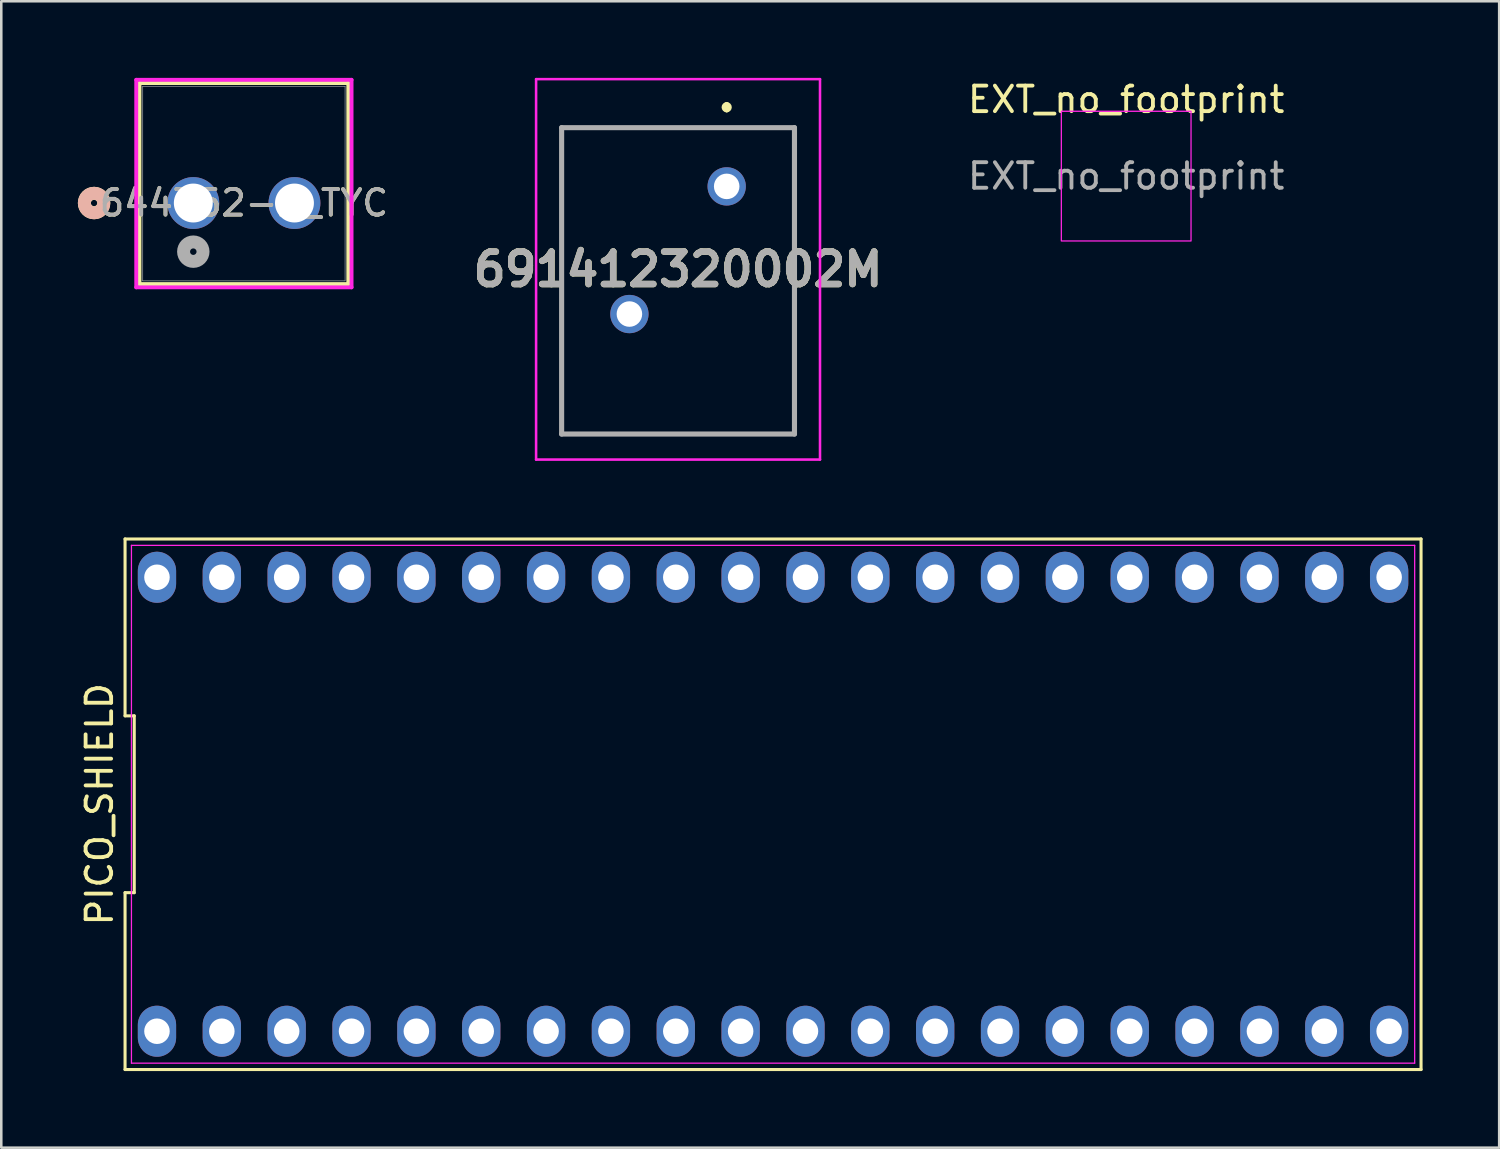
<source format=kicad_pcb>
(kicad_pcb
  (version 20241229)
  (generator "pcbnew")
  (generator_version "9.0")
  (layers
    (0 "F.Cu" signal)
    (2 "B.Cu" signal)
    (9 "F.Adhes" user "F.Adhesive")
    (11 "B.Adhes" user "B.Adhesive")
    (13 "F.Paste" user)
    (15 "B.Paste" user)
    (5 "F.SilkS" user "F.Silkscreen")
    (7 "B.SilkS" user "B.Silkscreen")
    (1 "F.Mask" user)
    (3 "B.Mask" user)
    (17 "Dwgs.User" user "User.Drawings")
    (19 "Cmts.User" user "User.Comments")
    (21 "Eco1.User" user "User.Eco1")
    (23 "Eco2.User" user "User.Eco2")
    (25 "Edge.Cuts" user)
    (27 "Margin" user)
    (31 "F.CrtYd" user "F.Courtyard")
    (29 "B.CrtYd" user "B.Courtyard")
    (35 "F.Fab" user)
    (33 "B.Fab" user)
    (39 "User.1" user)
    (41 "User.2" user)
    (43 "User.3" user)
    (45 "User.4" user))
  (footprint "691412320002M"
    (layer "F.Cu")
    (at 25.412 4.25)
    (property "Reference" "691412320002M" (at -1.905 3.25 0) (layer "F.SilkS") (effects (font (size 1.27 1.27) (thickness 0.254))))
    (attr through_hole)
    (fp_line (start -6.465 -2.3) (end 2.655 -2.3) (stroke (width 0.1) (type solid)) (layer "F.SilkS"))
    (fp_line (start -6.465 9.7) (end -6.465 -2.3) (stroke (width 0.1) (type solid)) (layer "F.SilkS"))
    (fp_line (start 0 -3.2) (end 0 -3.2) (stroke (width 0.2) (type solid)) (layer "F.SilkS"))
    (fp_line (start 0 -3) (end 0 -3) (stroke (width 0.2) (type solid)) (layer "F.SilkS"))
    (fp_line (start 2.655 -2.3) (end 2.655 9.7) (stroke (width 0.1) (type solid)) (layer "F.SilkS"))
    (fp_line (start 2.655 9.7) (end -6.465 9.7) (stroke (width 0.1) (type solid)) (layer "F.SilkS"))
    (fp_arc (start 0 -3.2) (mid 0.1 -3.1) (end 0 -3) (stroke (width 0.2) (type solid)) (layer "F.SilkS"))
    (fp_arc (start 0 -3) (mid -0.1 -3.1) (end 0 -3.2) (stroke (width 0.2) (type solid)) (layer "F.SilkS"))
    (fp_line (start -7.465 -4.2) (end 3.655 -4.2) (stroke (width 0.1) (type solid)) (layer "F.CrtYd"))
    (fp_line (start -7.465 10.7) (end -7.465 -4.2) (stroke (width 0.1) (type solid)) (layer "F.CrtYd"))
    (fp_line (start 3.655 -4.2) (end 3.655 10.7) (stroke (width 0.1) (type solid)) (layer "F.CrtYd"))
    (fp_line (start 3.655 10.7) (end -7.465 10.7) (stroke (width 0.1) (type solid)) (layer "F.CrtYd"))
    (fp_line (start -6.465 -2.3) (end 2.655 -2.3) (stroke (width 0.2) (type solid)) (layer "F.Fab"))
    (fp_line (start -6.465 9.7) (end -6.465 -2.3) (stroke (width 0.2) (type solid)) (layer "F.Fab"))
    (fp_line (start 2.655 -2.3) (end 2.655 9.7) (stroke (width 0.2) (type solid)) (layer "F.Fab"))
    (fp_line (start 2.655 9.7) (end -6.465 9.7) (stroke (width 0.2) (type solid)) (layer "F.Fab"))
    (fp_text user "${REFERENCE}" (at -1.905 3.25 0) (layer "F.Fab") (effects (font (size 1.27 1.27) (thickness 0.254))))
    (pad "1" thru_hole circle (at 0 0) (size 1.5 1.5) (drill 1) (layers "*.Cu" "*.Mask"))
    (pad "2" thru_hole circle (at -3.81 5) (size 1.5 1.5) (drill 1) (layers "*.Cu" "*.Mask")))
  (footprint "644752-2_TYC"
    (layer "F.Cu")
    (at 4.521 4.902)
    (property "Reference" "644752-2_TYC" (at 1.981 0 0) (unlocked yes) (layer "F.SilkS") (effects (font (size 1 1) (thickness 0.15))))
    (attr through_hole)
    (fp_line (start -2.108 -4.699) (end -2.108 3.175) (stroke (width 0.152) (type solid)) (layer "F.SilkS"))
    (fp_line (start -2.108 3.175) (end 6.071 3.175) (stroke (width 0.152) (type solid)) (layer "F.SilkS"))
    (fp_line (start 6.071 -4.699) (end -2.108 -4.699) (stroke (width 0.152) (type solid)) (layer "F.SilkS"))
    (fp_line (start 6.071 3.175) (end 6.071 -4.699) (stroke (width 0.152) (type solid)) (layer "F.SilkS"))
    (fp_circle (center -3.886 0) (end -3.505 0) (stroke (width 0.508) (type solid)) (fill no) (layer "F.SilkS"))
    (fp_circle (center -3.886 0) (end -3.505 0) (stroke (width 0.508) (type solid)) (fill no) (layer "B.SilkS"))
    (fp_line (start -2.235 -4.826) (end -2.235 3.302) (stroke (width 0.152) (type solid)) (layer "F.CrtYd"))
    (fp_line (start -2.235 3.302) (end 6.198 3.302) (stroke (width 0.152) (type solid)) (layer "F.CrtYd"))
    (fp_line (start 6.198 -4.826) (end -2.235 -4.826) (stroke (width 0.152) (type solid)) (layer "F.CrtYd"))
    (fp_line (start 6.198 3.302) (end 6.198 -4.826) (stroke (width 0.152) (type solid)) (layer "F.CrtYd"))
    (fp_line (start -1.981 -4.572) (end -1.981 3.048) (stroke (width 0.025) (type solid)) (layer "F.Fab"))
    (fp_line (start -1.981 3.048) (end 5.944 3.048) (stroke (width 0.025) (type solid)) (layer "F.Fab"))
    (fp_line (start 5.944 -4.572) (end -1.981 -4.572) (stroke (width 0.025) (type solid)) (layer "F.Fab"))
    (fp_line (start 5.944 3.048) (end 5.944 -4.572) (stroke (width 0.025) (type solid)) (layer "F.Fab"))
    (fp_circle (center 0 1.905) (end 0.381 1.905) (stroke (width 0.508) (type solid)) (fill no) (layer "F.Fab"))
    (fp_text user "${REFERENCE}" (at 1.981 0 0) (unlocked yes) (layer "F.Fab") (effects (font (size 1 1) (thickness 0.15))))
    (pad "1" thru_hole circle (at 0 0) (size 2.032 2.032) (drill 1.524) (layers "*.Cu" "*.Mask"))
    (pad "2" thru_hole circle (at 3.962 0) (size 2.032 2.032) (drill 1.524) (layers "*.Cu" "*.Mask")))
  (footprint "PICO_SHIELD"
    (layer "F.Cu")
    (at 27.228 28.45)
    (property "Reference" "PICO_SHIELD" (at -26.38 0 90) (layer "F.SilkS") (effects (font (size 1 1) (thickness 0.15))))
    (fp_line (start -25.38 -10.39) (end -25.38 -3.463) (stroke (width 0.12) (type solid)) (layer "F.SilkS"))
    (fp_line (start -25.38 -3.463) (end -25.02 -3.463) (stroke (width 0.12) (type solid)) (layer "F.SilkS"))
    (fp_line (start -25.38 3.463) (end -25.38 10.39) (stroke (width 0.12) (type solid)) (layer "F.SilkS"))
    (fp_line (start -25.38 10.39) (end 25.38 10.39) (stroke (width 0.12) (type solid)) (layer "F.SilkS"))
    (fp_line (start -25.02 -3.463) (end -25.02 3.463) (stroke (width 0.12) (type solid)) (layer "F.SilkS"))
    (fp_line (start -25.02 3.463) (end -25.38 3.463) (stroke (width 0.12) (type solid)) (layer "F.SilkS"))
    (fp_line (start 25.38 -10.39) (end -25.38 -10.39) (stroke (width 0.12) (type solid)) (layer "F.SilkS"))
    (fp_line (start 25.38 10.39) (end 25.38 -10.39) (stroke (width 0.12) (type solid)) (layer "F.SilkS"))
    (fp_line (start -25.13 -10.14) (end 25.13 -10.14) (stroke (width 0.05) (type solid)) (layer "F.CrtYd"))
    (fp_line (start -25.13 10.14) (end -25.13 -10.14) (stroke (width 0.05) (type solid)) (layer "F.CrtYd"))
    (fp_line (start 25.13 -10.14) (end 25.13 10.14) (stroke (width 0.05) (type solid)) (layer "F.CrtYd"))
    (fp_line (start 25.13 10.14) (end -25.13 10.14) (stroke (width 0.05) (type solid)) (layer "F.CrtYd"))
    (pad "1" thru_hole oval (at -24.13 8.89) (size 1.5 2) (drill 1) (layers "*.Cu" "*.Mask"))
    (pad "2" thru_hole oval (at -21.59 8.89) (size 1.5 2) (drill 1) (layers "*.Cu" "*.Mask"))
    (pad "3" thru_hole oval (at -19.05 8.89) (size 1.5 2) (drill 1) (layers "*.Cu" "*.Mask"))
    (pad "4" thru_hole oval (at -16.51 8.89) (size 1.5 2) (drill 1) (layers "*.Cu" "*.Mask"))
    (pad "5" thru_hole oval (at -13.97 8.89) (size 1.5 2) (drill 1) (layers "*.Cu" "*.Mask"))
    (pad "6" thru_hole oval (at -11.43 8.89) (size 1.5 2) (drill 1) (layers "*.Cu" "*.Mask"))
    (pad "7" thru_hole oval (at -8.89 8.89) (size 1.5 2) (drill 1) (layers "*.Cu" "*.Mask"))
    (pad "8" thru_hole oval (at -6.35 8.89) (size 1.5 2) (drill 1) (layers "*.Cu" "*.Mask"))
    (pad "9" thru_hole oval (at -3.81 8.89) (size 1.5 2) (drill 1) (layers "*.Cu" "*.Mask"))
    (pad "10" thru_hole oval (at -1.27 8.89) (size 1.5 2) (drill 1) (layers "*.Cu" "*.Mask"))
    (pad "11" thru_hole oval (at 1.27 8.89) (size 1.5 2) (drill 1) (layers "*.Cu" "*.Mask"))
    (pad "12" thru_hole oval (at 3.81 8.89) (size 1.5 2) (drill 1) (layers "*.Cu" "*.Mask"))
    (pad "13" thru_hole oval (at 6.35 8.89) (size 1.5 2) (drill 1) (layers "*.Cu" "*.Mask"))
    (pad "14" thru_hole oval (at 8.89 8.89) (size 1.5 2) (drill 1) (layers "*.Cu" "*.Mask"))
    (pad "15" thru_hole oval (at 11.43 8.89) (size 1.5 2) (drill 1) (layers "*.Cu" "*.Mask"))
    (pad "16" thru_hole oval (at 13.97 8.89) (size 1.5 2) (drill 1) (layers "*.Cu" "*.Mask"))
    (pad "17" thru_hole oval (at 16.51 8.89) (size 1.5 2) (drill 1) (layers "*.Cu" "*.Mask"))
    (pad "18" thru_hole oval (at 19.05 8.89) (size 1.5 2) (drill 1) (layers "*.Cu" "*.Mask"))
    (pad "19" thru_hole oval (at 21.59 8.89) (size 1.5 2) (drill 1) (layers "*.Cu" "*.Mask"))
    (pad "20" thru_hole oval (at 24.13 8.89) (size 1.5 2) (drill 1) (layers "*.Cu" "*.Mask"))
    (pad "21" thru_hole oval (at 24.13 -8.89) (size 1.5 2) (drill 1) (layers "*.Cu" "*.Mask"))
    (pad "22" thru_hole oval (at 21.59 -8.89) (size 1.5 2) (drill 1) (layers "*.Cu" "*.Mask"))
    (pad "23" thru_hole oval (at 19.05 -8.89) (size 1.5 2) (drill 1) (layers "*.Cu" "*.Mask"))
    (pad "24" thru_hole oval (at 16.51 -8.89) (size 1.5 2) (drill 1) (layers "*.Cu" "*.Mask"))
    (pad "25" thru_hole oval (at 13.97 -8.89) (size 1.5 2) (drill 1) (layers "*.Cu" "*.Mask"))
    (pad "26" thru_hole oval (at 11.43 -8.89) (size 1.5 2) (drill 1) (layers "*.Cu" "*.Mask"))
    (pad "27" thru_hole oval (at 8.89 -8.89) (size 1.5 2) (drill 1) (layers "*.Cu" "*.Mask"))
    (pad "28" thru_hole oval (at 6.35 -8.89) (size 1.5 2) (drill 1) (layers "*.Cu" "*.Mask"))
    (pad "29" thru_hole oval (at 3.81 -8.89) (size 1.5 2) (drill 1) (layers "*.Cu" "*.Mask"))
    (pad "30" thru_hole oval (at 1.27 -8.89) (size 1.5 2) (drill 1) (layers "*.Cu" "*.Mask"))
    (pad "31" thru_hole oval (at -1.27 -8.89) (size 1.5 2) (drill 1) (layers "*.Cu" "*.Mask"))
    (pad "32" thru_hole oval (at -3.81 -8.89) (size 1.5 2) (drill 1) (layers "*.Cu" "*.Mask"))
    (pad "33" thru_hole oval (at -6.35 -8.89) (size 1.5 2) (drill 1) (layers "*.Cu" "*.Mask"))
    (pad "34" thru_hole oval (at -8.89 -8.89) (size 1.5 2) (drill 1) (layers "*.Cu" "*.Mask"))
    (pad "35" thru_hole oval (at -11.43 -8.89) (size 1.5 2) (drill 1) (layers "*.Cu" "*.Mask"))
    (pad "36" thru_hole oval (at -13.97 -8.89) (size 1.5 2) (drill 1) (layers "*.Cu" "*.Mask"))
    (pad "37" thru_hole oval (at -16.51 -8.89) (size 1.5 2) (drill 1) (layers "*.Cu" "*.Mask"))
    (pad "38" thru_hole oval (at -19.05 -8.89) (size 1.5 2) (drill 1) (layers "*.Cu" "*.Mask"))
    (pad "39" thru_hole oval (at -21.59 -8.89) (size 1.5 2) (drill 1) (layers "*.Cu" "*.Mask"))
    (pad "40" thru_hole oval (at -24.13 -8.89) (size 1.5 2) (drill 1) (layers "*.Cu" "*.Mask")))
  (footprint "EXT_no_footprint"
    (layer "F.Cu")
    (at 41.059 3.848)
    (property "Reference" "EXT_no_footprint" (at 0 -3 0) (unlocked yes) (layer "F.SilkS") (effects (font (size 1 1) (thickness 0.15))))
    (attr smd)
    (fp_rect (start 2.54 2.54) (end -2.54 -2.54) (stroke (width 0.05) (type solid)) (fill no) (layer "F.CrtYd"))
    (fp_text user "${REFERENCE}" (at 0 0 0) (unlocked yes) (layer "F.Fab") (effects (font (size 1 1) (thickness 0.15)))))
  (gr_rect
    (start -3 -3)
    (end 55.668 41.9)
    (stroke (width 0.1) (type default))
    (fill no)
    (layer "Edge.Cuts")))
</source>
